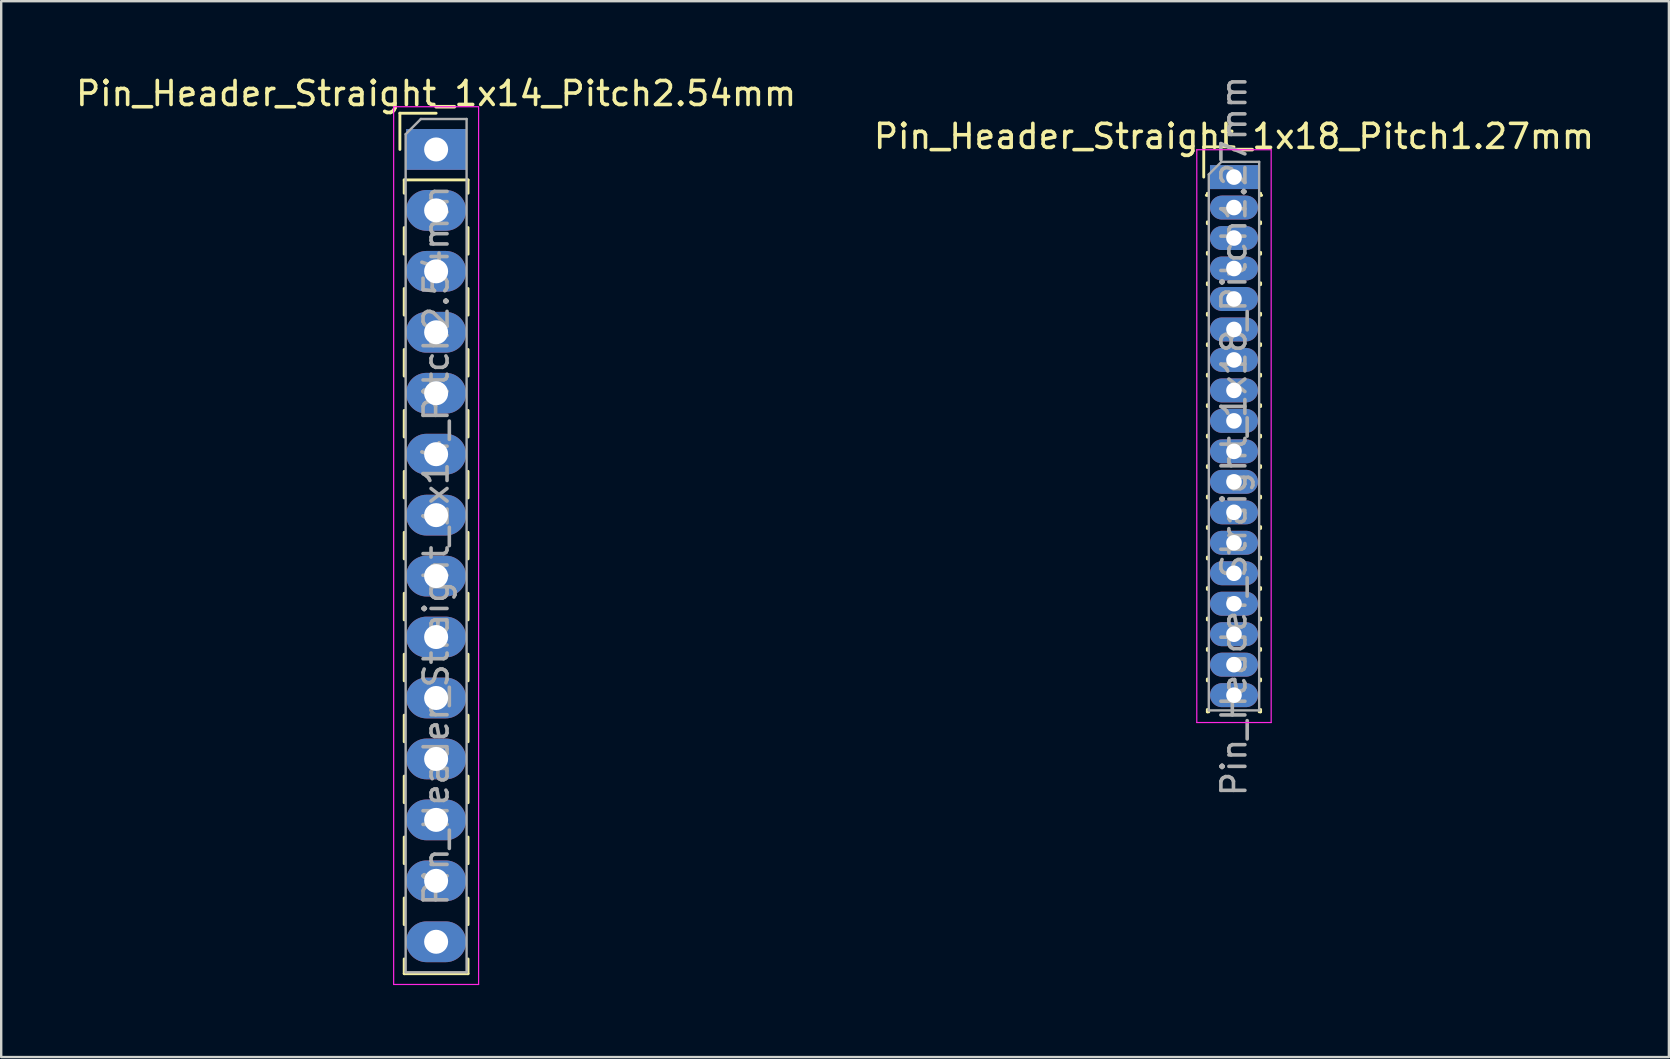
<source format=kicad_pcb>
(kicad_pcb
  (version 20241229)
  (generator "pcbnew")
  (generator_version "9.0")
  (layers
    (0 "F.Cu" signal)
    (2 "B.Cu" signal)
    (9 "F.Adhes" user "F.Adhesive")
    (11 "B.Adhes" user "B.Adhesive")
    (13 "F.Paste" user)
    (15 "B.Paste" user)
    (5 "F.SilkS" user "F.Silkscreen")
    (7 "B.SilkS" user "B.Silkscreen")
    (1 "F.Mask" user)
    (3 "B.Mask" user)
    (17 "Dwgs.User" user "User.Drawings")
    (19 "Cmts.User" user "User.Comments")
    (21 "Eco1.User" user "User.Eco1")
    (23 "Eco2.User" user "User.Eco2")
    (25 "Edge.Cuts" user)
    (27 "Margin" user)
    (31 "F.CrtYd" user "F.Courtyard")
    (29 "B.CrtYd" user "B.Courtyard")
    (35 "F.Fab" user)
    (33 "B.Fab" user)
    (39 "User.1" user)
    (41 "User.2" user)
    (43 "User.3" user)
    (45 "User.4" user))
  (footprint "Pin_Header_Straight_1x18_Pitch1.27mm"
    (layer "F.Cu")
    (at 48.375 4.33)
    (property "Reference" "Pin_Header_Straight_1x18_Pitch1.27mm" (at 0 -1.695 0) (layer "F.SilkS") (effects (font (size 1 1) (thickness 0.15))))
    (attr through_hole)
    (fp_line (start -1.26 -1.26) (end 0 -1.26) (stroke (width 0.12) (type solid)) (layer "F.SilkS"))
    (fp_line (start -1.26 0) (end -1.26 -1.26) (stroke (width 0.12) (type solid)) (layer "F.SilkS"))
    (fp_line (start -1.11 0.76) (end -1.152 0.76) (stroke (width 0.12) (type solid)) (layer "F.SilkS"))
    (fp_line (start -1.11 0.76) (end -1.11 0.674) (stroke (width 0.12) (type solid)) (layer "F.SilkS"))
    (fp_line (start -1.11 1.866) (end -1.11 1.944) (stroke (width 0.12) (type solid)) (layer "F.SilkS"))
    (fp_line (start -1.11 3.136) (end -1.11 3.214) (stroke (width 0.12) (type solid)) (layer "F.SilkS"))
    (fp_line (start -1.11 4.406) (end -1.11 4.484) (stroke (width 0.12) (type solid)) (layer "F.SilkS"))
    (fp_line (start -1.11 5.676) (end -1.11 5.754) (stroke (width 0.12) (type solid)) (layer "F.SilkS"))
    (fp_line (start -1.11 6.946) (end -1.11 7.024) (stroke (width 0.12) (type solid)) (layer "F.SilkS"))
    (fp_line (start -1.11 8.216) (end -1.11 8.294) (stroke (width 0.12) (type solid)) (layer "F.SilkS"))
    (fp_line (start -1.11 9.486) (end -1.11 9.564) (stroke (width 0.12) (type solid)) (layer "F.SilkS"))
    (fp_line (start -1.11 10.756) (end -1.11 10.834) (stroke (width 0.12) (type solid)) (layer "F.SilkS"))
    (fp_line (start -1.11 12.026) (end -1.11 12.104) (stroke (width 0.12) (type solid)) (layer "F.SilkS"))
    (fp_line (start -1.11 13.296) (end -1.11 13.374) (stroke (width 0.12) (type solid)) (layer "F.SilkS"))
    (fp_line (start -1.11 14.566) (end -1.11 14.644) (stroke (width 0.12) (type solid)) (layer "F.SilkS"))
    (fp_line (start -1.11 15.836) (end -1.11 15.914) (stroke (width 0.12) (type solid)) (layer "F.SilkS"))
    (fp_line (start -1.11 17.106) (end -1.11 17.184) (stroke (width 0.12) (type solid)) (layer "F.SilkS"))
    (fp_line (start -1.11 18.376) (end -1.11 18.454) (stroke (width 0.12) (type solid)) (layer "F.SilkS"))
    (fp_line (start -1.11 19.646) (end -1.11 19.724) (stroke (width 0.12) (type solid)) (layer "F.SilkS"))
    (fp_line (start -1.11 20.916) (end -1.11 20.994) (stroke (width 0.12) (type solid)) (layer "F.SilkS"))
    (fp_line (start -1.11 22.186) (end -1.11 22.285) (stroke (width 0.12) (type solid)) (layer "F.SilkS"))
    (fp_line (start -1.11 22.285) (end -1.051 22.285) (stroke (width 0.12) (type solid)) (layer "F.SilkS"))
    (fp_line (start 1.051 22.285) (end 1.11 22.285) (stroke (width 0.12) (type solid)) (layer "F.SilkS"))
    (fp_line (start 1.11 0.76) (end 1.11 0.674) (stroke (width 0.12) (type solid)) (layer "F.SilkS"))
    (fp_line (start 1.11 1.866) (end 1.11 1.944) (stroke (width 0.12) (type solid)) (layer "F.SilkS"))
    (fp_line (start 1.11 3.136) (end 1.11 3.214) (stroke (width 0.12) (type solid)) (layer "F.SilkS"))
    (fp_line (start 1.11 4.406) (end 1.11 4.484) (stroke (width 0.12) (type solid)) (layer "F.SilkS"))
    (fp_line (start 1.11 5.676) (end 1.11 5.754) (stroke (width 0.12) (type solid)) (layer "F.SilkS"))
    (fp_line (start 1.11 6.946) (end 1.11 7.024) (stroke (width 0.12) (type solid)) (layer "F.SilkS"))
    (fp_line (start 1.11 8.216) (end 1.11 8.294) (stroke (width 0.12) (type solid)) (layer "F.SilkS"))
    (fp_line (start 1.11 9.486) (end 1.11 9.564) (stroke (width 0.12) (type solid)) (layer "F.SilkS"))
    (fp_line (start 1.11 10.756) (end 1.11 10.834) (stroke (width 0.12) (type solid)) (layer "F.SilkS"))
    (fp_line (start 1.11 12.026) (end 1.11 12.104) (stroke (width 0.12) (type solid)) (layer "F.SilkS"))
    (fp_line (start 1.11 13.296) (end 1.11 13.374) (stroke (width 0.12) (type solid)) (layer "F.SilkS"))
    (fp_line (start 1.11 14.566) (end 1.11 14.644) (stroke (width 0.12) (type solid)) (layer "F.SilkS"))
    (fp_line (start 1.11 15.836) (end 1.11 15.914) (stroke (width 0.12) (type solid)) (layer "F.SilkS"))
    (fp_line (start 1.11 17.106) (end 1.11 17.184) (stroke (width 0.12) (type solid)) (layer "F.SilkS"))
    (fp_line (start 1.11 18.376) (end 1.11 18.454) (stroke (width 0.12) (type solid)) (layer "F.SilkS"))
    (fp_line (start 1.11 19.646) (end 1.11 19.724) (stroke (width 0.12) (type solid)) (layer "F.SilkS"))
    (fp_line (start 1.11 20.916) (end 1.11 20.994) (stroke (width 0.12) (type solid)) (layer "F.SilkS"))
    (fp_line (start 1.11 22.186) (end 1.11 22.285) (stroke (width 0.12) (type solid)) (layer "F.SilkS"))
    (fp_line (start 1.152 0.76) (end 1.11 0.76) (stroke (width 0.12) (type solid)) (layer "F.SilkS"))
    (fp_line (start -1.55 -1.14) (end -1.55 22.73) (stroke (width 0.05) (type solid)) (layer "F.CrtYd"))
    (fp_line (start -1.55 22.73) (end 1.55 22.73) (stroke (width 0.05) (type solid)) (layer "F.CrtYd"))
    (fp_line (start 1.55 -1.14) (end -1.55 -1.14) (stroke (width 0.05) (type solid)) (layer "F.CrtYd"))
    (fp_line (start 1.55 22.73) (end 1.55 -1.14) (stroke (width 0.05) (type solid)) (layer "F.CrtYd"))
    (fp_line (start -1.05 -0.11) (end -0.525 -0.635) (stroke (width 0.1) (type solid)) (layer "F.Fab"))
    (fp_line (start -1.05 22.225) (end -1.05 -0.11) (stroke (width 0.1) (type solid)) (layer "F.Fab"))
    (fp_line (start -0.525 -0.635) (end 1.05 -0.635) (stroke (width 0.1) (type solid)) (layer "F.Fab"))
    (fp_line (start 1.05 -0.635) (end 1.05 22.225) (stroke (width 0.1) (type solid)) (layer "F.Fab"))
    (fp_line (start 1.05 22.225) (end -1.05 22.225) (stroke (width 0.1) (type solid)) (layer "F.Fab"))
    (fp_text user "${REFERENCE}" (at 0 10.795 90) (layer "F.Fab") (effects (font (size 1 1) (thickness 0.15))))
    (pad "1" thru_hole rect (at 0 0) (size 2 1) (drill 0.65) (layers "*.Cu" "*.Mask"))
    (pad "2" thru_hole oval (at 0 1.27) (size 2 1) (drill 0.65) (layers "*.Cu" "*.Mask"))
    (pad "3" thru_hole oval (at 0 2.54) (size 2 1) (drill 0.65) (layers "*.Cu" "*.Mask"))
    (pad "4" thru_hole oval (at 0 3.81) (size 2 1) (drill 0.65) (layers "*.Cu" "*.Mask"))
    (pad "5" thru_hole oval (at 0 5.08) (size 2 1) (drill 0.65) (layers "*.Cu" "*.Mask"))
    (pad "6" thru_hole oval (at 0 6.35) (size 2 1) (drill 0.65) (layers "*.Cu" "*.Mask"))
    (pad "7" thru_hole oval (at 0 7.62) (size 2 1) (drill 0.65) (layers "*.Cu" "*.Mask"))
    (pad "8" thru_hole oval (at 0 8.89) (size 2 1) (drill 0.65) (layers "*.Cu" "*.Mask"))
    (pad "9" thru_hole oval (at 0 10.16) (size 2 1) (drill 0.65) (layers "*.Cu" "*.Mask"))
    (pad "10" thru_hole oval (at 0 11.43) (size 2 1) (drill 0.65) (layers "*.Cu" "*.Mask"))
    (pad "11" thru_hole oval (at 0 12.7) (size 2 1) (drill 0.65) (layers "*.Cu" "*.Mask"))
    (pad "12" thru_hole oval (at 0 13.97) (size 2 1) (drill 0.65) (layers "*.Cu" "*.Mask"))
    (pad "13" thru_hole oval (at 0 15.24) (size 2 1) (drill 0.65) (layers "*.Cu" "*.Mask"))
    (pad "14" thru_hole oval (at 0 16.51) (size 2 1) (drill 0.65) (layers "*.Cu" "*.Mask"))
    (pad "15" thru_hole oval (at 0 17.78) (size 2 1) (drill 0.65) (layers "*.Cu" "*.Mask"))
    (pad "16" thru_hole oval (at 0 19.05) (size 2 1) (drill 0.65) (layers "*.Cu" "*.Mask"))
    (pad "17" thru_hole oval (at 0 20.32) (size 2 1) (drill 0.65) (layers "*.Cu" "*.Mask"))
    (pad "18" thru_hole oval (at 0 21.59) (size 2 1) (drill 0.65) (layers "*.Cu" "*.Mask")))
  (footprint "Pin_Header_Straight_1x14_Pitch2.54mm"
    (layer "F.Cu")
    (at 15.125 3.178)
    (property "Reference" "Pin_Header_Straight_1x14_Pitch2.54mm" (at 0 -2.33 0) (layer "F.SilkS") (effects (font (size 1 1) (thickness 0.15))))
    (attr through_hole)
    (fp_line (start -1.51 -1.51) (end 0 -1.51) (stroke (width 0.12) (type solid)) (layer "F.SilkS"))
    (fp_line (start -1.51 0) (end -1.51 -1.51) (stroke (width 0.12) (type solid)) (layer "F.SilkS"))
    (fp_line (start -1.33 1.27) (end -1.33 1.825) (stroke (width 0.12) (type solid)) (layer "F.SilkS"))
    (fp_line (start -1.33 1.27) (end 1.33 1.27) (stroke (width 0.12) (type solid)) (layer "F.SilkS"))
    (fp_line (start -1.33 3.255) (end -1.33 4.365) (stroke (width 0.12) (type solid)) (layer "F.SilkS"))
    (fp_line (start -1.33 5.795) (end -1.33 6.905) (stroke (width 0.12) (type solid)) (layer "F.SilkS"))
    (fp_line (start -1.33 8.335) (end -1.33 9.445) (stroke (width 0.12) (type solid)) (layer "F.SilkS"))
    (fp_line (start -1.33 10.875) (end -1.33 11.985) (stroke (width 0.12) (type solid)) (layer "F.SilkS"))
    (fp_line (start -1.33 13.415) (end -1.33 14.525) (stroke (width 0.12) (type solid)) (layer "F.SilkS"))
    (fp_line (start -1.33 15.955) (end -1.33 17.065) (stroke (width 0.12) (type solid)) (layer "F.SilkS"))
    (fp_line (start -1.33 18.495) (end -1.33 19.605) (stroke (width 0.12) (type solid)) (layer "F.SilkS"))
    (fp_line (start -1.33 21.035) (end -1.33 22.145) (stroke (width 0.12) (type solid)) (layer "F.SilkS"))
    (fp_line (start -1.33 23.575) (end -1.33 24.685) (stroke (width 0.12) (type solid)) (layer "F.SilkS"))
    (fp_line (start -1.33 26.115) (end -1.33 27.225) (stroke (width 0.12) (type solid)) (layer "F.SilkS"))
    (fp_line (start -1.33 28.655) (end -1.33 29.765) (stroke (width 0.12) (type solid)) (layer "F.SilkS"))
    (fp_line (start -1.33 31.195) (end -1.33 32.305) (stroke (width 0.12) (type solid)) (layer "F.SilkS"))
    (fp_line (start -1.33 33.735) (end -1.33 34.35) (stroke (width 0.12) (type solid)) (layer "F.SilkS"))
    (fp_line (start -1.33 34.35) (end 1.33 34.35) (stroke (width 0.12) (type solid)) (layer "F.SilkS"))
    (fp_line (start 1.33 1.27) (end 1.33 1.825) (stroke (width 0.12) (type solid)) (layer "F.SilkS"))
    (fp_line (start 1.33 3.255) (end 1.33 4.365) (stroke (width 0.12) (type solid)) (layer "F.SilkS"))
    (fp_line (start 1.33 5.795) (end 1.33 6.905) (stroke (width 0.12) (type solid)) (layer "F.SilkS"))
    (fp_line (start 1.33 8.335) (end 1.33 9.445) (stroke (width 0.12) (type solid)) (layer "F.SilkS"))
    (fp_line (start 1.33 10.875) (end 1.33 11.985) (stroke (width 0.12) (type solid)) (layer "F.SilkS"))
    (fp_line (start 1.33 13.415) (end 1.33 14.525) (stroke (width 0.12) (type solid)) (layer "F.SilkS"))
    (fp_line (start 1.33 15.955) (end 1.33 17.065) (stroke (width 0.12) (type solid)) (layer "F.SilkS"))
    (fp_line (start 1.33 18.495) (end 1.33 19.605) (stroke (width 0.12) (type solid)) (layer "F.SilkS"))
    (fp_line (start 1.33 21.035) (end 1.33 22.145) (stroke (width 0.12) (type solid)) (layer "F.SilkS"))
    (fp_line (start 1.33 23.575) (end 1.33 24.685) (stroke (width 0.12) (type solid)) (layer "F.SilkS"))
    (fp_line (start 1.33 26.115) (end 1.33 27.225) (stroke (width 0.12) (type solid)) (layer "F.SilkS"))
    (fp_line (start 1.33 28.655) (end 1.33 29.765) (stroke (width 0.12) (type solid)) (layer "F.SilkS"))
    (fp_line (start 1.33 31.195) (end 1.33 32.305) (stroke (width 0.12) (type solid)) (layer "F.SilkS"))
    (fp_line (start 1.33 33.735) (end 1.33 34.35) (stroke (width 0.12) (type solid)) (layer "F.SilkS"))
    (fp_line (start -1.77 -1.78) (end -1.77 34.8) (stroke (width 0.05) (type solid)) (layer "F.CrtYd"))
    (fp_line (start -1.77 34.8) (end 1.77 34.8) (stroke (width 0.05) (type solid)) (layer "F.CrtYd"))
    (fp_line (start 1.77 -1.78) (end -1.77 -1.78) (stroke (width 0.05) (type solid)) (layer "F.CrtYd"))
    (fp_line (start 1.77 34.8) (end 1.77 -1.78) (stroke (width 0.05) (type solid)) (layer "F.CrtYd"))
    (fp_line (start -1.27 -0.635) (end -0.635 -1.27) (stroke (width 0.1) (type solid)) (layer "F.Fab"))
    (fp_line (start -1.27 34.29) (end -1.27 -0.635) (stroke (width 0.1) (type solid)) (layer "F.Fab"))
    (fp_line (start -0.635 -1.27) (end 1.27 -1.27) (stroke (width 0.1) (type solid)) (layer "F.Fab"))
    (fp_line (start 1.27 -1.27) (end 1.27 34.29) (stroke (width 0.1) (type solid)) (layer "F.Fab"))
    (fp_line (start 1.27 34.29) (end -1.27 34.29) (stroke (width 0.1) (type solid)) (layer "F.Fab"))
    (fp_text user "${REFERENCE}" (at 0 16.51 90) (layer "F.Fab") (effects (font (size 1 1) (thickness 0.15))))
    (pad "1" thru_hole rect (at 0 0) (size 2.5 1.7) (drill 1) (layers "*.Cu" "*.Mask"))
    (pad "2" thru_hole oval (at 0 2.54) (size 2.5 1.7) (drill 1) (layers "*.Cu" "*.Mask"))
    (pad "3" thru_hole oval (at 0 5.08) (size 2.5 1.7) (drill 1) (layers "*.Cu" "*.Mask"))
    (pad "4" thru_hole oval (at 0 7.62) (size 2.5 1.7) (drill 1) (layers "*.Cu" "*.Mask"))
    (pad "5" thru_hole oval (at 0 10.16) (size 2.5 1.7) (drill 1) (layers "*.Cu" "*.Mask"))
    (pad "6" thru_hole oval (at 0 12.7) (size 2.5 1.7) (drill 1) (layers "*.Cu" "*.Mask"))
    (pad "7" thru_hole oval (at 0 15.24) (size 2.5 1.7) (drill 1) (layers "*.Cu" "*.Mask"))
    (pad "8" thru_hole oval (at 0 17.78) (size 2.5 1.7) (drill 1) (layers "*.Cu" "*.Mask"))
    (pad "9" thru_hole oval (at 0 20.32) (size 2.5 1.7) (drill 1) (layers "*.Cu" "*.Mask"))
    (pad "10" thru_hole oval (at 0 22.86) (size 2.5 1.7) (drill 1) (layers "*.Cu" "*.Mask"))
    (pad "11" thru_hole oval (at 0 25.4) (size 2.5 1.7) (drill 1) (layers "*.Cu" "*.Mask"))
    (pad "12" thru_hole oval (at 0 27.94) (size 2.5 1.7) (drill 1) (layers "*.Cu" "*.Mask"))
    (pad "13" thru_hole oval (at 0 30.48) (size 2.5 1.7) (drill 1) (layers "*.Cu" "*.Mask"))
    (pad "14" thru_hole oval (at 0 33.02) (size 2.5 1.7) (drill 1) (layers "*.Cu" "*.Mask")))
  (gr_rect
    (start -3 -3)
    (end 66.5 41.003)
    (stroke (width 0.1) (type default))
    (fill no)
    (layer "Edge.Cuts")))
</source>
